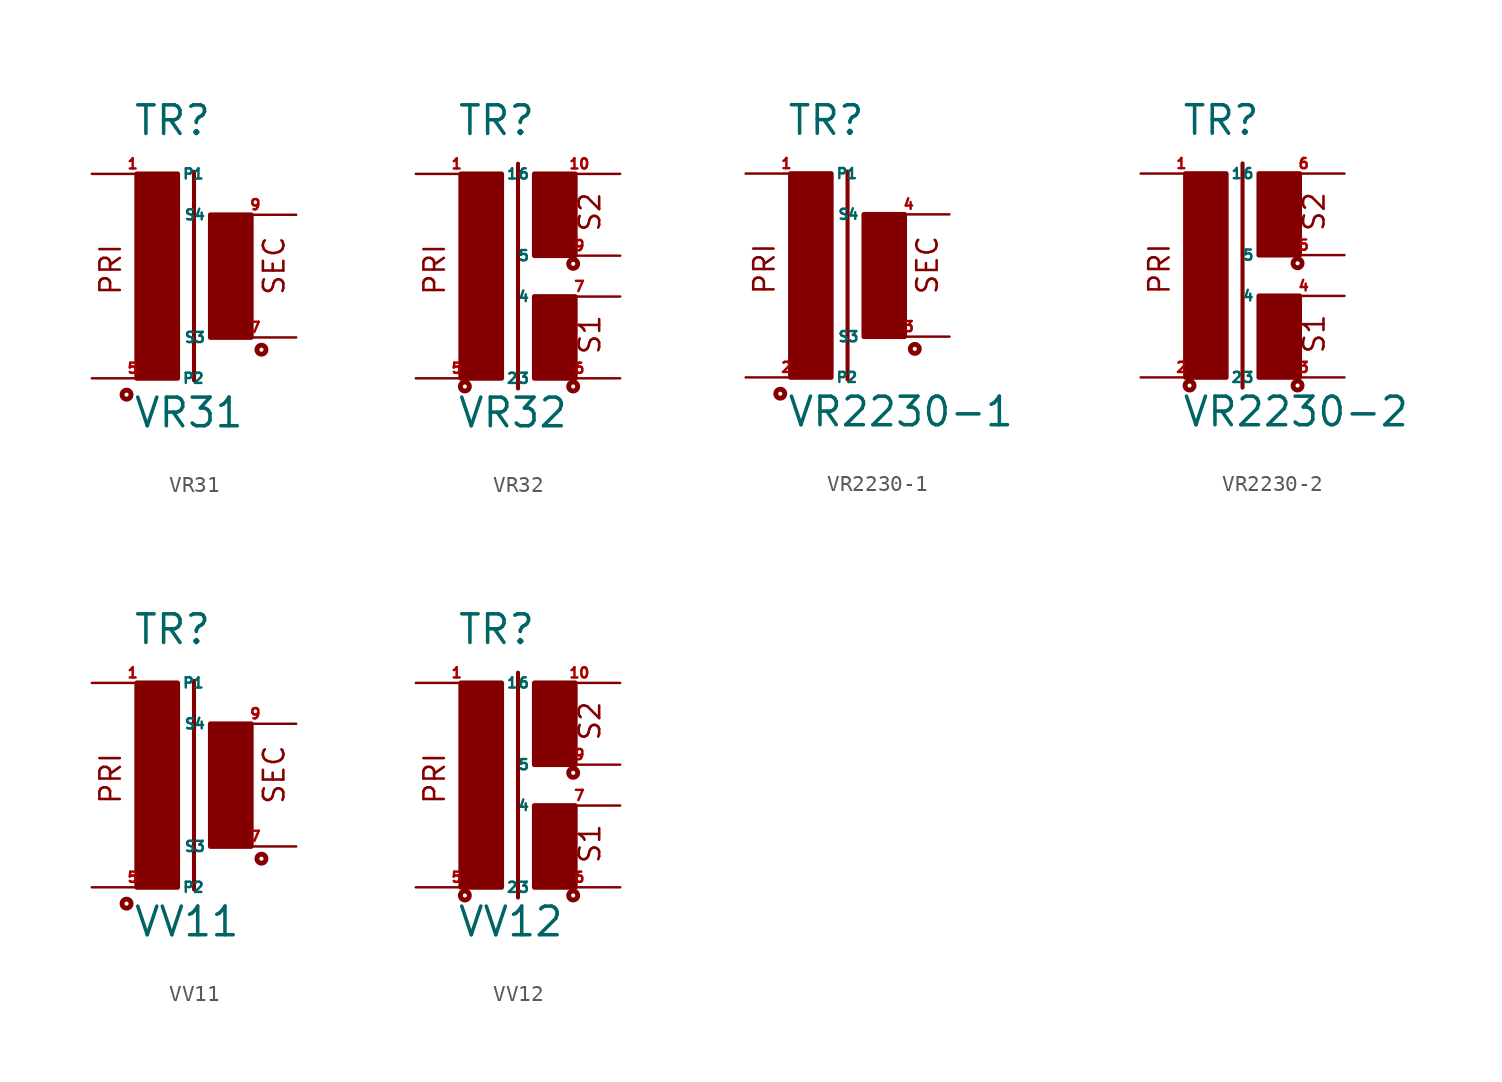
<source format=kicad_sym>
(kicad_symbol_lib
  (version 20220914)
  (generator Eagle2Kicad)
  (symbol "VR31"
    (property "Reference" "TR"
      (at -2.54 7.366 0)
      (effects (font (size 1.778 1.778) (thickness 0.22)) (justify left bottom)))
    (property "Value" "VR31"
      (at -2.54 -10.795 0)
      (effects (font (size 1.778 1.778) (thickness 0.22)) (justify left bottom)))
    (polyline
      (pts (xy 1.27 5.207) (xy 1.27 -7.747))
      (stroke (width 0.254) (type default))
      (fill (type none)))
    (text "PRI"
      (at -3.175 -2.54 900)
      (effects (font (size 1.27 1.27) (thickness 0.16)) (justify left bottom)))
    (text "SEC"
      (at 6.985 -2.54 900)
      (effects (font (size 1.27 1.27) (thickness 0.16)) (justify left bottom)))
    (circle
      (center -2.921 -8.636)
      (radius 0.127)
      (stroke (width 0.305) (type default))
      (fill (type none)))
    (circle
      (center 5.461 -5.842)
      (radius 0.127)
      (stroke (width 0.305) (type default))
      (fill (type none)))
    (rectangle
      (start -2.286 -7.62)
      (end 0.254 5.08)
      (stroke (width 0.3) (type default))
      (fill (type outline)))
    (rectangle
      (start 2.286 -5.08)
      (end 4.826 2.54)
      (stroke (width 0.3) (type default))
      (fill (type outline)))
    (pin passive line
      (at -5.08 5.08 0)
      (length 5.08)
      (name "P1" (effects (font (size 0.635 0.635) (thickness 0.08)) (justify left bottom)))
      (number "1" (effects (font (size 0.635 0.635) (thickness 0.08)) (justify left bottom))))
    (pin passive line
      (at -5.08 -7.62 0)
      (length 5.08)
      (name "P2" (effects (font (size 0.635 0.635) (thickness 0.08)) (justify left bottom)))
      (number "5" (effects (font (size 0.635 0.635) (thickness 0.08)) (justify left bottom))))
    (pin passive line
      (at 7.62 -5.08 180)
      (length 5.08)
      (name "S3" (effects (font (size 0.635 0.635) (thickness 0.08)) (justify left bottom)))
      (number "7" (effects (font (size 0.635 0.635) (thickness 0.08)) (justify left bottom))))
    (pin passive line
      (at 7.62 2.54 180)
      (length 5.08)
      (name "S4" (effects (font (size 0.635 0.635) (thickness 0.08)) (justify left bottom)))
      (number "9" (effects (font (size 0.635 0.635) (thickness 0.08)) (justify left bottom)))))
  (symbol "VR32"
    (property "Reference" "TR"
      (at -2.54 7.366 0)
      (effects (font (size 1.778 1.778) (thickness 0.22)) (justify left bottom)))
    (property "Value" "VR32"
      (at -2.54 -10.795 0)
      (effects (font (size 1.778 1.778) (thickness 0.22)) (justify left bottom)))
    (polyline
      (pts (xy 1.27 5.715) (xy 1.27 -8.255))
      (stroke (width 0.254) (type default))
      (fill (type none)))
    (text "PRI"
      (at -3.175 -2.54 900)
      (effects (font (size 1.27 1.27) (thickness 0.16)) (justify left bottom)))
    (text "S1"
      (at 6.477 -6.223 900)
      (effects (font (size 1.27 1.27) (thickness 0.16)) (justify left bottom)))
    (text "S2"
      (at 6.477 1.397 900)
      (effects (font (size 1.27 1.27) (thickness 0.16)) (justify left bottom)))
    (circle
      (center -2.032 -8.128)
      (radius 0.127)
      (stroke (width 0.305) (type default))
      (fill (type none)))
    (circle
      (center 4.699 -8.128)
      (radius 0.127)
      (stroke (width 0.305) (type default))
      (fill (type none)))
    (circle
      (center 4.699 -0.508)
      (radius 0.127)
      (stroke (width 0.305) (type default))
      (fill (type none)))
    (rectangle
      (start -2.286 -7.62)
      (end 0.254 5.08)
      (stroke (width 0.3) (type default))
      (fill (type outline)))
    (rectangle
      (start 2.286 0)
      (end 4.826 5.08)
      (stroke (width 0.3) (type default))
      (fill (type outline)))
    (rectangle
      (start 2.286 -7.62)
      (end 4.826 -2.54)
      (stroke (width 0.3) (type default))
      (fill (type outline)))
    (pin passive line
      (at -5.08 5.08 0)
      (length 5.08)
      (name "1" (effects (font (size 0.635 0.635) (thickness 0.08)) (justify left bottom)))
      (number "1" (effects (font (size 0.635 0.635) (thickness 0.08)) (justify left bottom))))
    (pin passive line
      (at -5.08 -7.62 0)
      (length 5.08)
      (name "2" (effects (font (size 0.635 0.635) (thickness 0.08)) (justify left bottom)))
      (number "5" (effects (font (size 0.635 0.635) (thickness 0.08)) (justify left bottom))))
    (pin passive line
      (at 7.62 -7.62 180)
      (length 5.08)
      (name "3" (effects (font (size 0.635 0.635) (thickness 0.08)) (justify left bottom)))
      (number "6" (effects (font (size 0.635 0.635) (thickness 0.08)) (justify left bottom))))
    (pin passive line
      (at 7.62 -2.54 180)
      (length 5.08)
      (name "4" (effects (font (size 0.635 0.635) (thickness 0.08)) (justify left bottom)))
      (number "7" (effects (font (size 0.635 0.635) (thickness 0.08)) (justify left bottom))))
    (pin passive line
      (at 7.62 0 180)
      (length 5.08)
      (name "5" (effects (font (size 0.635 0.635) (thickness 0.08)) (justify left bottom)))
      (number "9" (effects (font (size 0.635 0.635) (thickness 0.08)) (justify left bottom))))
    (pin passive line
      (at 7.62 5.08 180)
      (length 5.08)
      (name "6" (effects (font (size 0.635 0.635) (thickness 0.08)) (justify left bottom)))
      (number "10" (effects (font (size 0.635 0.635) (thickness 0.08)) (justify left bottom)))))
  (symbol "VR2230-1"
    (property "Reference" "TR"
      (at -2.54 7.366 0)
      (effects (font (size 1.778 1.778) (thickness 0.22)) (justify left bottom)))
    (property "Value" "VR2230-1"
      (at -2.54 -10.795 0)
      (effects (font (size 1.778 1.778) (thickness 0.22)) (justify left bottom)))
    (polyline
      (pts (xy 1.27 5.207) (xy 1.27 -7.747))
      (stroke (width 0.254) (type default))
      (fill (type none)))
    (text "PRI"
      (at -3.175 -2.54 900)
      (effects (font (size 1.27 1.27) (thickness 0.16)) (justify left bottom)))
    (text "SEC"
      (at 6.985 -2.54 900)
      (effects (font (size 1.27 1.27) (thickness 0.16)) (justify left bottom)))
    (circle
      (center -2.921 -8.636)
      (radius 0.127)
      (stroke (width 0.305) (type default))
      (fill (type none)))
    (circle
      (center 5.461 -5.842)
      (radius 0.127)
      (stroke (width 0.305) (type default))
      (fill (type none)))
    (rectangle
      (start -2.286 -7.62)
      (end 0.254 5.08)
      (stroke (width 0.3) (type default))
      (fill (type outline)))
    (rectangle
      (start 2.286 -5.08)
      (end 4.826 2.54)
      (stroke (width 0.3) (type default))
      (fill (type outline)))
    (pin passive line
      (at -5.08 5.08 0)
      (length 5.08)
      (name "P1" (effects (font (size 0.635 0.635) (thickness 0.08)) (justify left bottom)))
      (number "1" (effects (font (size 0.635 0.635) (thickness 0.08)) (justify left bottom))))
    (pin passive line
      (at -5.08 -7.62 0)
      (length 5.08)
      (name "P2" (effects (font (size 0.635 0.635) (thickness 0.08)) (justify left bottom)))
      (number "2" (effects (font (size 0.635 0.635) (thickness 0.08)) (justify left bottom))))
    (pin passive line
      (at 7.62 -5.08 180)
      (length 5.08)
      (name "S3" (effects (font (size 0.635 0.635) (thickness 0.08)) (justify left bottom)))
      (number "3" (effects (font (size 0.635 0.635) (thickness 0.08)) (justify left bottom))))
    (pin passive line
      (at 7.62 2.54 180)
      (length 5.08)
      (name "S4" (effects (font (size 0.635 0.635) (thickness 0.08)) (justify left bottom)))
      (number "4" (effects (font (size 0.635 0.635) (thickness 0.08)) (justify left bottom)))))
  (symbol "VR2230-2"
    (property "Reference" "TR"
      (at -2.54 7.366 0)
      (effects (font (size 1.778 1.778) (thickness 0.22)) (justify left bottom)))
    (property "Value" "VR2230-2"
      (at -2.54 -10.795 0)
      (effects (font (size 1.778 1.778) (thickness 0.22)) (justify left bottom)))
    (polyline
      (pts (xy 1.27 5.715) (xy 1.27 -8.255))
      (stroke (width 0.254) (type default))
      (fill (type none)))
    (text "PRI"
      (at -3.175 -2.54 900)
      (effects (font (size 1.27 1.27) (thickness 0.16)) (justify left bottom)))
    (text "S1"
      (at 6.477 -6.223 900)
      (effects (font (size 1.27 1.27) (thickness 0.16)) (justify left bottom)))
    (text "S2"
      (at 6.477 1.397 900)
      (effects (font (size 1.27 1.27) (thickness 0.16)) (justify left bottom)))
    (circle
      (center -2.032 -8.128)
      (radius 0.127)
      (stroke (width 0.305) (type default))
      (fill (type none)))
    (circle
      (center 4.699 -8.128)
      (radius 0.127)
      (stroke (width 0.305) (type default))
      (fill (type none)))
    (circle
      (center 4.699 -0.508)
      (radius 0.127)
      (stroke (width 0.305) (type default))
      (fill (type none)))
    (rectangle
      (start -2.286 -7.62)
      (end 0.254 5.08)
      (stroke (width 0.3) (type default))
      (fill (type outline)))
    (rectangle
      (start 2.286 0)
      (end 4.826 5.08)
      (stroke (width 0.3) (type default))
      (fill (type outline)))
    (rectangle
      (start 2.286 -7.62)
      (end 4.826 -2.54)
      (stroke (width 0.3) (type default))
      (fill (type outline)))
    (pin passive line
      (at -5.08 5.08 0)
      (length 5.08)
      (name "1" (effects (font (size 0.635 0.635) (thickness 0.08)) (justify left bottom)))
      (number "1" (effects (font (size 0.635 0.635) (thickness 0.08)) (justify left bottom))))
    (pin passive line
      (at -5.08 -7.62 0)
      (length 5.08)
      (name "2" (effects (font (size 0.635 0.635) (thickness 0.08)) (justify left bottom)))
      (number "2" (effects (font (size 0.635 0.635) (thickness 0.08)) (justify left bottom))))
    (pin passive line
      (at 7.62 -7.62 180)
      (length 5.08)
      (name "3" (effects (font (size 0.635 0.635) (thickness 0.08)) (justify left bottom)))
      (number "3" (effects (font (size 0.635 0.635) (thickness 0.08)) (justify left bottom))))
    (pin passive line
      (at 7.62 -2.54 180)
      (length 5.08)
      (name "4" (effects (font (size 0.635 0.635) (thickness 0.08)) (justify left bottom)))
      (number "4" (effects (font (size 0.635 0.635) (thickness 0.08)) (justify left bottom))))
    (pin passive line
      (at 7.62 0 180)
      (length 5.08)
      (name "5" (effects (font (size 0.635 0.635) (thickness 0.08)) (justify left bottom)))
      (number "5" (effects (font (size 0.635 0.635) (thickness 0.08)) (justify left bottom))))
    (pin passive line
      (at 7.62 5.08 180)
      (length 5.08)
      (name "6" (effects (font (size 0.635 0.635) (thickness 0.08)) (justify left bottom)))
      (number "6" (effects (font (size 0.635 0.635) (thickness 0.08)) (justify left bottom)))))
  (symbol "VV11"
    (property "Reference" "TR"
      (at -2.54 7.366 0)
      (effects (font (size 1.778 1.778) (thickness 0.22)) (justify left bottom)))
    (property "Value" "VV11"
      (at -2.54 -10.795 0)
      (effects (font (size 1.778 1.778) (thickness 0.22)) (justify left bottom)))
    (polyline
      (pts (xy 1.27 5.207) (xy 1.27 -7.747))
      (stroke (width 0.254) (type default))
      (fill (type none)))
    (text "PRI"
      (at -3.175 -2.54 900)
      (effects (font (size 1.27 1.27) (thickness 0.16)) (justify left bottom)))
    (text "SEC"
      (at 6.985 -2.54 900)
      (effects (font (size 1.27 1.27) (thickness 0.16)) (justify left bottom)))
    (circle
      (center -2.921 -8.636)
      (radius 0.127)
      (stroke (width 0.305) (type default))
      (fill (type none)))
    (circle
      (center 5.461 -5.842)
      (radius 0.127)
      (stroke (width 0.305) (type default))
      (fill (type none)))
    (rectangle
      (start -2.286 -7.62)
      (end 0.254 5.08)
      (stroke (width 0.3) (type default))
      (fill (type outline)))
    (rectangle
      (start 2.286 -5.08)
      (end 4.826 2.54)
      (stroke (width 0.3) (type default))
      (fill (type outline)))
    (pin passive line
      (at -5.08 5.08 0)
      (length 5.08)
      (name "P1" (effects (font (size 0.635 0.635) (thickness 0.08)) (justify left bottom)))
      (number "1" (effects (font (size 0.635 0.635) (thickness 0.08)) (justify left bottom))))
    (pin passive line
      (at -5.08 -7.62 0)
      (length 5.08)
      (name "P2" (effects (font (size 0.635 0.635) (thickness 0.08)) (justify left bottom)))
      (number "5" (effects (font (size 0.635 0.635) (thickness 0.08)) (justify left bottom))))
    (pin passive line
      (at 7.62 -5.08 180)
      (length 5.08)
      (name "S3" (effects (font (size 0.635 0.635) (thickness 0.08)) (justify left bottom)))
      (number "7" (effects (font (size 0.635 0.635) (thickness 0.08)) (justify left bottom))))
    (pin passive line
      (at 7.62 2.54 180)
      (length 5.08)
      (name "S4" (effects (font (size 0.635 0.635) (thickness 0.08)) (justify left bottom)))
      (number "9" (effects (font (size 0.635 0.635) (thickness 0.08)) (justify left bottom)))))
  (symbol "VV12"
    (property "Reference" "TR"
      (at -2.54 7.366 0)
      (effects (font (size 1.778 1.778) (thickness 0.22)) (justify left bottom)))
    (property "Value" "VV12"
      (at -2.54 -10.795 0)
      (effects (font (size 1.778 1.778) (thickness 0.22)) (justify left bottom)))
    (polyline
      (pts (xy 1.27 5.715) (xy 1.27 -8.255))
      (stroke (width 0.254) (type default))
      (fill (type none)))
    (text "PRI"
      (at -3.175 -2.54 900)
      (effects (font (size 1.27 1.27) (thickness 0.16)) (justify left bottom)))
    (text "S1"
      (at 6.477 -6.223 900)
      (effects (font (size 1.27 1.27) (thickness 0.16)) (justify left bottom)))
    (text "S2"
      (at 6.477 1.397 900)
      (effects (font (size 1.27 1.27) (thickness 0.16)) (justify left bottom)))
    (circle
      (center -2.032 -8.128)
      (radius 0.127)
      (stroke (width 0.305) (type default))
      (fill (type none)))
    (circle
      (center 4.699 -8.128)
      (radius 0.127)
      (stroke (width 0.305) (type default))
      (fill (type none)))
    (circle
      (center 4.699 -0.508)
      (radius 0.127)
      (stroke (width 0.305) (type default))
      (fill (type none)))
    (rectangle
      (start -2.286 -7.62)
      (end 0.254 5.08)
      (stroke (width 0.3) (type default))
      (fill (type outline)))
    (rectangle
      (start 2.286 0)
      (end 4.826 5.08)
      (stroke (width 0.3) (type default))
      (fill (type outline)))
    (rectangle
      (start 2.286 -7.62)
      (end 4.826 -2.54)
      (stroke (width 0.3) (type default))
      (fill (type outline)))
    (pin passive line
      (at -5.08 5.08 0)
      (length 5.08)
      (name "1" (effects (font (size 0.635 0.635) (thickness 0.08)) (justify left bottom)))
      (number "1" (effects (font (size 0.635 0.635) (thickness 0.08)) (justify left bottom))))
    (pin passive line
      (at -5.08 -7.62 0)
      (length 5.08)
      (name "2" (effects (font (size 0.635 0.635) (thickness 0.08)) (justify left bottom)))
      (number "5" (effects (font (size 0.635 0.635) (thickness 0.08)) (justify left bottom))))
    (pin passive line
      (at 7.62 -7.62 180)
      (length 5.08)
      (name "3" (effects (font (size 0.635 0.635) (thickness 0.08)) (justify left bottom)))
      (number "6" (effects (font (size 0.635 0.635) (thickness 0.08)) (justify left bottom))))
    (pin passive line
      (at 7.62 -2.54 180)
      (length 5.08)
      (name "4" (effects (font (size 0.635 0.635) (thickness 0.08)) (justify left bottom)))
      (number "7" (effects (font (size 0.635 0.635) (thickness 0.08)) (justify left bottom))))
    (pin passive line
      (at 7.62 0 180)
      (length 5.08)
      (name "5" (effects (font (size 0.635 0.635) (thickness 0.08)) (justify left bottom)))
      (number "9" (effects (font (size 0.635 0.635) (thickness 0.08)) (justify left bottom))))
    (pin passive line
      (at 7.62 5.08 180)
      (length 5.08)
      (name "6" (effects (font (size 0.635 0.635) (thickness 0.08)) (justify left bottom)))
      (number "10" (effects (font (size 0.635 0.635) (thickness 0.08)) (justify left bottom))))))
</source>
